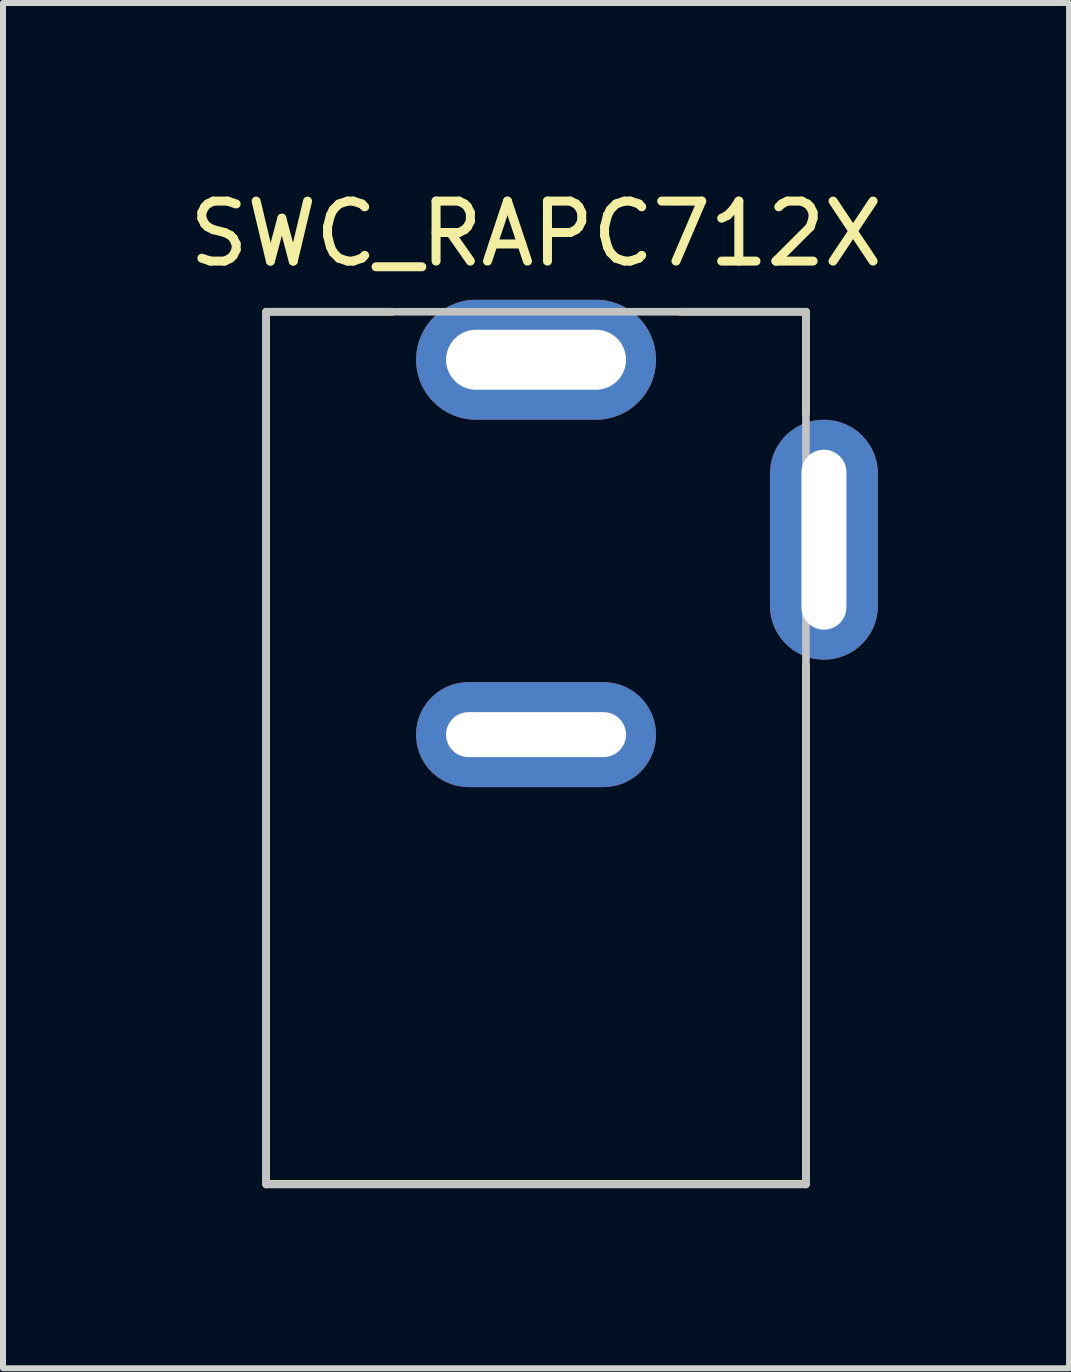
<source format=kicad_pcb>
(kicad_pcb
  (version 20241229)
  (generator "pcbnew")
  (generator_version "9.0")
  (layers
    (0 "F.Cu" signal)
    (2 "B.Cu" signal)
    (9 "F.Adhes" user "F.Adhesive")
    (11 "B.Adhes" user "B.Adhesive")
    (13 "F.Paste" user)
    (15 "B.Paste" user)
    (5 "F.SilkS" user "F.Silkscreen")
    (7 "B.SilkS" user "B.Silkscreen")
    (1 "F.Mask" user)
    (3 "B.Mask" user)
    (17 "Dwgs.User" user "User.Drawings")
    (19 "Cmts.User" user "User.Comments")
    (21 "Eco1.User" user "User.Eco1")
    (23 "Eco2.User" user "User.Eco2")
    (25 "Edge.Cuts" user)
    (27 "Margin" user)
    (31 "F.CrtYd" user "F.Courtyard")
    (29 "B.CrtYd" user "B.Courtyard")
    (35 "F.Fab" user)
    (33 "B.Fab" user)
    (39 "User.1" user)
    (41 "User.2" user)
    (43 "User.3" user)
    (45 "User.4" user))
  (footprint "SWC_RAPC712X"
    (layer "F.Cu")
    (at 5.887 5.948)
    (property "Reference" "SWC_RAPC712X" (at 0 -5.1 0) (layer "F.SilkS") (effects (font (size 1 1) (thickness 0.15))))
    (attr smd)
    (fp_line (start -4.5 -3.8) (end -4.5 10.74) (stroke (width 0.127) (type solid)) (layer "F.SilkS"))
    (fp_line (start -4.5 10.74) (end 4.5 10.74) (stroke (width 0.127) (type solid)) (layer "F.SilkS"))
    (fp_line (start -2.4 -3.8) (end -4.5 -3.8) (stroke (width 0.127) (type solid)) (layer "F.SilkS"))
    (fp_line (start 4.5 -3.8) (end 2.4 -3.8) (stroke (width 0.127) (type solid)) (layer "F.SilkS"))
    (fp_line (start 4.5 -2.1) (end 4.5 -3.8) (stroke (width 0.127) (type solid)) (layer "F.SilkS"))
    (fp_line (start 4.5 10.74) (end 4.5 2.1) (stroke (width 0.127) (type solid)) (layer "F.SilkS"))
    (fp_line (start -4.5 -3.8) (end -4.5 10.75) (stroke (width 0.127) (type solid)) (layer "Dwgs.User"))
    (fp_line (start -4.5 10.75) (end 4.5 10.75) (stroke (width 0.127) (type solid)) (layer "Dwgs.User"))
    (fp_line (start -2.35 -3.8) (end -4.5 -3.8) (stroke (width 0.127) (type solid)) (layer "Dwgs.User"))
    (fp_line (start 4.5 -3.8) (end -2.3 -3.8) (stroke (width 0.127) (type solid)) (layer "Dwgs.User"))
    (fp_line (start 4.5 10.75) (end 4.5 -3.8) (stroke (width 0.127) (type solid)) (layer "Dwgs.User"))
    (pad "1" thru_hole oval (at 0 -3) (size 4 2) (drill oval 3 1) (layers "*.Cu" "*.Mask"))
    (pad "2" thru_hole oval (at 4.8 0 90) (size 4 1.8) (drill oval 3 0.75) (layers "*.Cu" "*.Mask"))
    (pad "3" thru_hole oval (at 0 3.25) (size 4 1.75) (drill oval 3 0.75) (layers "*.Cu" "*.Mask")))
  (gr_rect
    (start -3 -3)
    (end 14.774 19.762)
    (stroke (width 0.1) (type default))
    (fill no)
    (layer "Edge.Cuts")))
</source>
